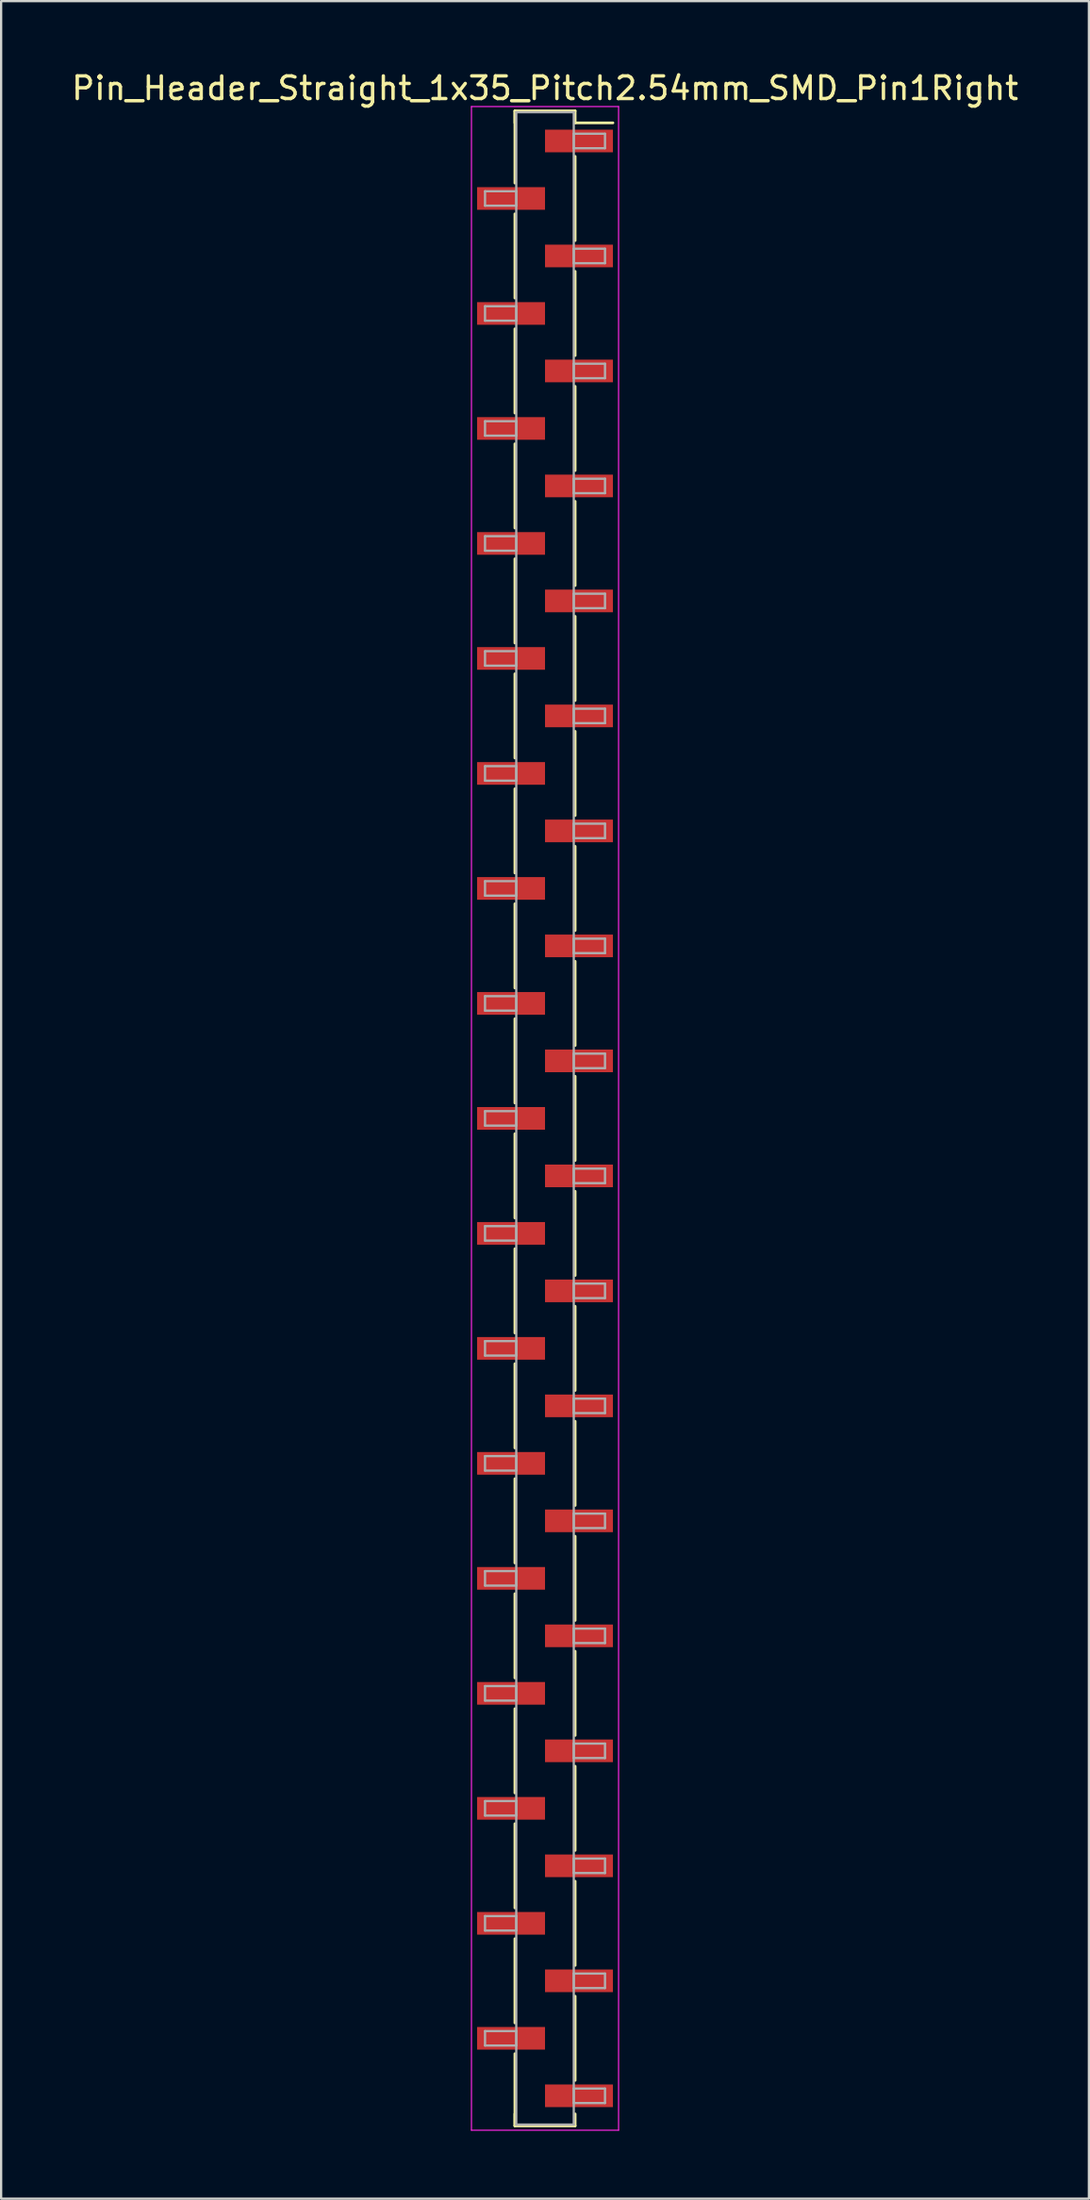
<source format=kicad_pcb>
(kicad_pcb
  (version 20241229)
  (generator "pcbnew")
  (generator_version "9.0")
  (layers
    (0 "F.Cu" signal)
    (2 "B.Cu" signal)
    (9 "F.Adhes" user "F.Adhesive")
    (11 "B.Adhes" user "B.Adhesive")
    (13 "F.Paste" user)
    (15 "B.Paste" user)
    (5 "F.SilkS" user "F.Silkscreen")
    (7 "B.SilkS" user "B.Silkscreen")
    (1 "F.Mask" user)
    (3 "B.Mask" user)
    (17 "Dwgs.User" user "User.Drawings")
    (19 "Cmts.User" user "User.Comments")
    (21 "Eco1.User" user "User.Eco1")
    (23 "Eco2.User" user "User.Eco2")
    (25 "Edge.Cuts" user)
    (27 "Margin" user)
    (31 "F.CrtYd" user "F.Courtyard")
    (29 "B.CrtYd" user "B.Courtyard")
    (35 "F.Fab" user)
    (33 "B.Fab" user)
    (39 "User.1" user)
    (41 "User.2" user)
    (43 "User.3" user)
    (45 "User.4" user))
  (footprint "Pin_Header_Straight_1x35_Pitch2.54mm_SMD_Pin1Right"
    (layer "F.Cu")
    (at 21.03 46.358)
    (property "Reference" "Pin_Header_Straight_1x35_Pitch2.54mm_SMD_Pin1Right" (at 0 -45.51 0) (layer "F.SilkS") (effects (font (size 1 1) (thickness 0.15))))
    (attr smd)
    (fp_line (start -1.33 -44.51) (end -1.33 -41.32) (stroke (width 0.12) (type solid)) (layer "F.SilkS"))
    (fp_line (start -1.33 -44.51) (end 1.33 -44.51) (stroke (width 0.12) (type solid)) (layer "F.SilkS"))
    (fp_line (start -1.33 -43.98) (end -1.33 -44.51) (stroke (width 0.12) (type solid)) (layer "F.SilkS"))
    (fp_line (start -1.33 -39.96) (end -1.33 -36.24) (stroke (width 0.12) (type solid)) (layer "F.SilkS"))
    (fp_line (start -1.33 -34.88) (end -1.33 -31.16) (stroke (width 0.12) (type solid)) (layer "F.SilkS"))
    (fp_line (start -1.33 -29.8) (end -1.33 -26.08) (stroke (width 0.12) (type solid)) (layer "F.SilkS"))
    (fp_line (start -1.33 -24.72) (end -1.33 -21) (stroke (width 0.12) (type solid)) (layer "F.SilkS"))
    (fp_line (start -1.33 -19.64) (end -1.33 -15.92) (stroke (width 0.12) (type solid)) (layer "F.SilkS"))
    (fp_line (start -1.33 -14.56) (end -1.33 -10.84) (stroke (width 0.12) (type solid)) (layer "F.SilkS"))
    (fp_line (start -1.33 -9.48) (end -1.33 -5.76) (stroke (width 0.12) (type solid)) (layer "F.SilkS"))
    (fp_line (start -1.33 -4.4) (end -1.33 -0.68) (stroke (width 0.12) (type solid)) (layer "F.SilkS"))
    (fp_line (start -1.33 0.68) (end -1.33 4.4) (stroke (width 0.12) (type solid)) (layer "F.SilkS"))
    (fp_line (start -1.33 5.76) (end -1.33 9.48) (stroke (width 0.12) (type solid)) (layer "F.SilkS"))
    (fp_line (start -1.33 10.84) (end -1.33 14.56) (stroke (width 0.12) (type solid)) (layer "F.SilkS"))
    (fp_line (start -1.33 15.92) (end -1.33 19.64) (stroke (width 0.12) (type solid)) (layer "F.SilkS"))
    (fp_line (start -1.33 21) (end -1.33 24.72) (stroke (width 0.12) (type solid)) (layer "F.SilkS"))
    (fp_line (start -1.33 26.08) (end -1.33 29.8) (stroke (width 0.12) (type solid)) (layer "F.SilkS"))
    (fp_line (start -1.33 31.16) (end -1.33 34.88) (stroke (width 0.12) (type solid)) (layer "F.SilkS"))
    (fp_line (start -1.33 36.24) (end -1.33 39.96) (stroke (width 0.12) (type solid)) (layer "F.SilkS"))
    (fp_line (start -1.33 41.32) (end -1.33 44.51) (stroke (width 0.12) (type solid)) (layer "F.SilkS"))
    (fp_line (start -1.33 43.98) (end -1.33 44.51) (stroke (width 0.12) (type solid)) (layer "F.SilkS"))
    (fp_line (start -1.33 44.51) (end 1.33 44.51) (stroke (width 0.12) (type solid)) (layer "F.SilkS"))
    (fp_line (start 1.33 -44.51) (end 1.33 -43.98) (stroke (width 0.12) (type solid)) (layer "F.SilkS"))
    (fp_line (start 1.33 -43.98) (end 3 -43.98) (stroke (width 0.12) (type solid)) (layer "F.SilkS"))
    (fp_line (start 1.33 -42.5) (end 1.33 -38.78) (stroke (width 0.12) (type solid)) (layer "F.SilkS"))
    (fp_line (start 1.33 -37.42) (end 1.33 -33.7) (stroke (width 0.12) (type solid)) (layer "F.SilkS"))
    (fp_line (start 1.33 -32.34) (end 1.33 -28.62) (stroke (width 0.12) (type solid)) (layer "F.SilkS"))
    (fp_line (start 1.33 -27.26) (end 1.33 -23.54) (stroke (width 0.12) (type solid)) (layer "F.SilkS"))
    (fp_line (start 1.33 -22.18) (end 1.33 -18.46) (stroke (width 0.12) (type solid)) (layer "F.SilkS"))
    (fp_line (start 1.33 -17.1) (end 1.33 -13.38) (stroke (width 0.12) (type solid)) (layer "F.SilkS"))
    (fp_line (start 1.33 -12.02) (end 1.33 -8.3) (stroke (width 0.12) (type solid)) (layer "F.SilkS"))
    (fp_line (start 1.33 -6.94) (end 1.33 -3.22) (stroke (width 0.12) (type solid)) (layer "F.SilkS"))
    (fp_line (start 1.33 -1.86) (end 1.33 1.86) (stroke (width 0.12) (type solid)) (layer "F.SilkS"))
    (fp_line (start 1.33 3.22) (end 1.33 6.94) (stroke (width 0.12) (type solid)) (layer "F.SilkS"))
    (fp_line (start 1.33 8.3) (end 1.33 12.02) (stroke (width 0.12) (type solid)) (layer "F.SilkS"))
    (fp_line (start 1.33 13.38) (end 1.33 17.1) (stroke (width 0.12) (type solid)) (layer "F.SilkS"))
    (fp_line (start 1.33 18.46) (end 1.33 22.18) (stroke (width 0.12) (type solid)) (layer "F.SilkS"))
    (fp_line (start 1.33 23.54) (end 1.33 27.26) (stroke (width 0.12) (type solid)) (layer "F.SilkS"))
    (fp_line (start 1.33 28.62) (end 1.33 32.34) (stroke (width 0.12) (type solid)) (layer "F.SilkS"))
    (fp_line (start 1.33 33.7) (end 1.33 37.42) (stroke (width 0.12) (type solid)) (layer "F.SilkS"))
    (fp_line (start 1.33 38.78) (end 1.33 42.5) (stroke (width 0.12) (type solid)) (layer "F.SilkS"))
    (fp_line (start 1.33 44.51) (end 1.33 43.98) (stroke (width 0.12) (type solid)) (layer "F.SilkS"))
    (fp_line (start -3.25 -44.7) (end -3.25 44.7) (stroke (width 0.05) (type solid)) (layer "F.CrtYd"))
    (fp_line (start -3.25 44.7) (end 3.25 44.7) (stroke (width 0.05) (type solid)) (layer "F.CrtYd"))
    (fp_line (start 3.25 -44.7) (end -3.25 -44.7) (stroke (width 0.05) (type solid)) (layer "F.CrtYd"))
    (fp_line (start 3.25 44.7) (end 3.25 -44.7) (stroke (width 0.05) (type solid)) (layer "F.CrtYd"))
    (fp_line (start -2.65 -40.96) (end -1.27 -40.96) (stroke (width 0.1) (type solid)) (layer "F.Fab"))
    (fp_line (start -2.65 -40.32) (end -2.65 -40.96) (stroke (width 0.1) (type solid)) (layer "F.Fab"))
    (fp_line (start -2.65 -35.88) (end -1.27 -35.88) (stroke (width 0.1) (type solid)) (layer "F.Fab"))
    (fp_line (start -2.65 -35.24) (end -2.65 -35.88) (stroke (width 0.1) (type solid)) (layer "F.Fab"))
    (fp_line (start -2.65 -30.8) (end -1.27 -30.8) (stroke (width 0.1) (type solid)) (layer "F.Fab"))
    (fp_line (start -2.65 -30.16) (end -2.65 -30.8) (stroke (width 0.1) (type solid)) (layer "F.Fab"))
    (fp_line (start -2.65 -25.72) (end -1.27 -25.72) (stroke (width 0.1) (type solid)) (layer "F.Fab"))
    (fp_line (start -2.65 -25.08) (end -2.65 -25.72) (stroke (width 0.1) (type solid)) (layer "F.Fab"))
    (fp_line (start -2.65 -20.64) (end -1.27 -20.64) (stroke (width 0.1) (type solid)) (layer "F.Fab"))
    (fp_line (start -2.65 -20) (end -2.65 -20.64) (stroke (width 0.1) (type solid)) (layer "F.Fab"))
    (fp_line (start -2.65 -15.56) (end -1.27 -15.56) (stroke (width 0.1) (type solid)) (layer "F.Fab"))
    (fp_line (start -2.65 -14.92) (end -2.65 -15.56) (stroke (width 0.1) (type solid)) (layer "F.Fab"))
    (fp_line (start -2.65 -10.48) (end -1.27 -10.48) (stroke (width 0.1) (type solid)) (layer "F.Fab"))
    (fp_line (start -2.65 -9.84) (end -2.65 -10.48) (stroke (width 0.1) (type solid)) (layer "F.Fab"))
    (fp_line (start -2.65 -5.4) (end -1.27 -5.4) (stroke (width 0.1) (type solid)) (layer "F.Fab"))
    (fp_line (start -2.65 -4.76) (end -2.65 -5.4) (stroke (width 0.1) (type solid)) (layer "F.Fab"))
    (fp_line (start -2.65 -0.32) (end -1.27 -0.32) (stroke (width 0.1) (type solid)) (layer "F.Fab"))
    (fp_line (start -2.65 0.32) (end -2.65 -0.32) (stroke (width 0.1) (type solid)) (layer "F.Fab"))
    (fp_line (start -2.65 4.76) (end -1.27 4.76) (stroke (width 0.1) (type solid)) (layer "F.Fab"))
    (fp_line (start -2.65 5.4) (end -2.65 4.76) (stroke (width 0.1) (type solid)) (layer "F.Fab"))
    (fp_line (start -2.65 9.84) (end -1.27 9.84) (stroke (width 0.1) (type solid)) (layer "F.Fab"))
    (fp_line (start -2.65 10.48) (end -2.65 9.84) (stroke (width 0.1) (type solid)) (layer "F.Fab"))
    (fp_line (start -2.65 14.92) (end -1.27 14.92) (stroke (width 0.1) (type solid)) (layer "F.Fab"))
    (fp_line (start -2.65 15.56) (end -2.65 14.92) (stroke (width 0.1) (type solid)) (layer "F.Fab"))
    (fp_line (start -2.65 20) (end -1.27 20) (stroke (width 0.1) (type solid)) (layer "F.Fab"))
    (fp_line (start -2.65 20.64) (end -2.65 20) (stroke (width 0.1) (type solid)) (layer "F.Fab"))
    (fp_line (start -2.65 25.08) (end -1.27 25.08) (stroke (width 0.1) (type solid)) (layer "F.Fab"))
    (fp_line (start -2.65 25.72) (end -2.65 25.08) (stroke (width 0.1) (type solid)) (layer "F.Fab"))
    (fp_line (start -2.65 30.16) (end -1.27 30.16) (stroke (width 0.1) (type solid)) (layer "F.Fab"))
    (fp_line (start -2.65 30.8) (end -2.65 30.16) (stroke (width 0.1) (type solid)) (layer "F.Fab"))
    (fp_line (start -2.65 35.24) (end -1.27 35.24) (stroke (width 0.1) (type solid)) (layer "F.Fab"))
    (fp_line (start -2.65 35.88) (end -2.65 35.24) (stroke (width 0.1) (type solid)) (layer "F.Fab"))
    (fp_line (start -2.65 40.32) (end -1.27 40.32) (stroke (width 0.1) (type solid)) (layer "F.Fab"))
    (fp_line (start -2.65 40.96) (end -2.65 40.32) (stroke (width 0.1) (type solid)) (layer "F.Fab"))
    (fp_line (start -1.27 -44.45) (end -1.27 44.45) (stroke (width 0.1) (type solid)) (layer "F.Fab"))
    (fp_line (start -1.27 -40.96) (end -1.27 -40.32) (stroke (width 0.1) (type solid)) (layer "F.Fab"))
    (fp_line (start -1.27 -40.32) (end -2.65 -40.32) (stroke (width 0.1) (type solid)) (layer "F.Fab"))
    (fp_line (start -1.27 -35.88) (end -1.27 -35.24) (stroke (width 0.1) (type solid)) (layer "F.Fab"))
    (fp_line (start -1.27 -35.24) (end -2.65 -35.24) (stroke (width 0.1) (type solid)) (layer "F.Fab"))
    (fp_line (start -1.27 -30.8) (end -1.27 -30.16) (stroke (width 0.1) (type solid)) (layer "F.Fab"))
    (fp_line (start -1.27 -30.16) (end -2.65 -30.16) (stroke (width 0.1) (type solid)) (layer "F.Fab"))
    (fp_line (start -1.27 -25.72) (end -1.27 -25.08) (stroke (width 0.1) (type solid)) (layer "F.Fab"))
    (fp_line (start -1.27 -25.08) (end -2.65 -25.08) (stroke (width 0.1) (type solid)) (layer "F.Fab"))
    (fp_line (start -1.27 -20.64) (end -1.27 -20) (stroke (width 0.1) (type solid)) (layer "F.Fab"))
    (fp_line (start -1.27 -20) (end -2.65 -20) (stroke (width 0.1) (type solid)) (layer "F.Fab"))
    (fp_line (start -1.27 -15.56) (end -1.27 -14.92) (stroke (width 0.1) (type solid)) (layer "F.Fab"))
    (fp_line (start -1.27 -14.92) (end -2.65 -14.92) (stroke (width 0.1) (type solid)) (layer "F.Fab"))
    (fp_line (start -1.27 -10.48) (end -1.27 -9.84) (stroke (width 0.1) (type solid)) (layer "F.Fab"))
    (fp_line (start -1.27 -9.84) (end -2.65 -9.84) (stroke (width 0.1) (type solid)) (layer "F.Fab"))
    (fp_line (start -1.27 -5.4) (end -1.27 -4.76) (stroke (width 0.1) (type solid)) (layer "F.Fab"))
    (fp_line (start -1.27 -4.76) (end -2.65 -4.76) (stroke (width 0.1) (type solid)) (layer "F.Fab"))
    (fp_line (start -1.27 -0.32) (end -1.27 0.32) (stroke (width 0.1) (type solid)) (layer "F.Fab"))
    (fp_line (start -1.27 0.32) (end -2.65 0.32) (stroke (width 0.1) (type solid)) (layer "F.Fab"))
    (fp_line (start -1.27 4.76) (end -1.27 5.4) (stroke (width 0.1) (type solid)) (layer "F.Fab"))
    (fp_line (start -1.27 5.4) (end -2.65 5.4) (stroke (width 0.1) (type solid)) (layer "F.Fab"))
    (fp_line (start -1.27 9.84) (end -1.27 10.48) (stroke (width 0.1) (type solid)) (layer "F.Fab"))
    (fp_line (start -1.27 10.48) (end -2.65 10.48) (stroke (width 0.1) (type solid)) (layer "F.Fab"))
    (fp_line (start -1.27 14.92) (end -1.27 15.56) (stroke (width 0.1) (type solid)) (layer "F.Fab"))
    (fp_line (start -1.27 15.56) (end -2.65 15.56) (stroke (width 0.1) (type solid)) (layer "F.Fab"))
    (fp_line (start -1.27 20) (end -1.27 20.64) (stroke (width 0.1) (type solid)) (layer "F.Fab"))
    (fp_line (start -1.27 20.64) (end -2.65 20.64) (stroke (width 0.1) (type solid)) (layer "F.Fab"))
    (fp_line (start -1.27 25.08) (end -1.27 25.72) (stroke (width 0.1) (type solid)) (layer "F.Fab"))
    (fp_line (start -1.27 25.72) (end -2.65 25.72) (stroke (width 0.1) (type solid)) (layer "F.Fab"))
    (fp_line (start -1.27 30.16) (end -1.27 30.8) (stroke (width 0.1) (type solid)) (layer "F.Fab"))
    (fp_line (start -1.27 30.8) (end -2.65 30.8) (stroke (width 0.1) (type solid)) (layer "F.Fab"))
    (fp_line (start -1.27 35.24) (end -1.27 35.88) (stroke (width 0.1) (type solid)) (layer "F.Fab"))
    (fp_line (start -1.27 35.88) (end -2.65 35.88) (stroke (width 0.1) (type solid)) (layer "F.Fab"))
    (fp_line (start -1.27 40.32) (end -1.27 40.96) (stroke (width 0.1) (type solid)) (layer "F.Fab"))
    (fp_line (start -1.27 40.96) (end -2.65 40.96) (stroke (width 0.1) (type solid)) (layer "F.Fab"))
    (fp_line (start -1.27 44.45) (end 1.27 44.45) (stroke (width 0.1) (type solid)) (layer "F.Fab"))
    (fp_line (start 1.27 -44.45) (end -1.27 -44.45) (stroke (width 0.1) (type solid)) (layer "F.Fab"))
    (fp_line (start 1.27 -43.5) (end 1.27 -42.86) (stroke (width 0.1) (type solid)) (layer "F.Fab"))
    (fp_line (start 1.27 -42.86) (end 2.65 -42.86) (stroke (width 0.1) (type solid)) (layer "F.Fab"))
    (fp_line (start 1.27 -38.42) (end 1.27 -37.78) (stroke (width 0.1) (type solid)) (layer "F.Fab"))
    (fp_line (start 1.27 -37.78) (end 2.65 -37.78) (stroke (width 0.1) (type solid)) (layer "F.Fab"))
    (fp_line (start 1.27 -33.34) (end 1.27 -32.7) (stroke (width 0.1) (type solid)) (layer "F.Fab"))
    (fp_line (start 1.27 -32.7) (end 2.65 -32.7) (stroke (width 0.1) (type solid)) (layer "F.Fab"))
    (fp_line (start 1.27 -28.26) (end 1.27 -27.62) (stroke (width 0.1) (type solid)) (layer "F.Fab"))
    (fp_line (start 1.27 -27.62) (end 2.65 -27.62) (stroke (width 0.1) (type solid)) (layer "F.Fab"))
    (fp_line (start 1.27 -23.18) (end 1.27 -22.54) (stroke (width 0.1) (type solid)) (layer "F.Fab"))
    (fp_line (start 1.27 -22.54) (end 2.65 -22.54) (stroke (width 0.1) (type solid)) (layer "F.Fab"))
    (fp_line (start 1.27 -18.1) (end 1.27 -17.46) (stroke (width 0.1) (type solid)) (layer "F.Fab"))
    (fp_line (start 1.27 -17.46) (end 2.65 -17.46) (stroke (width 0.1) (type solid)) (layer "F.Fab"))
    (fp_line (start 1.27 -13.02) (end 1.27 -12.38) (stroke (width 0.1) (type solid)) (layer "F.Fab"))
    (fp_line (start 1.27 -12.38) (end 2.65 -12.38) (stroke (width 0.1) (type solid)) (layer "F.Fab"))
    (fp_line (start 1.27 -7.94) (end 1.27 -7.3) (stroke (width 0.1) (type solid)) (layer "F.Fab"))
    (fp_line (start 1.27 -7.3) (end 2.65 -7.3) (stroke (width 0.1) (type solid)) (layer "F.Fab"))
    (fp_line (start 1.27 -2.86) (end 1.27 -2.22) (stroke (width 0.1) (type solid)) (layer "F.Fab"))
    (fp_line (start 1.27 -2.22) (end 2.65 -2.22) (stroke (width 0.1) (type solid)) (layer "F.Fab"))
    (fp_line (start 1.27 2.22) (end 1.27 2.86) (stroke (width 0.1) (type solid)) (layer "F.Fab"))
    (fp_line (start 1.27 2.86) (end 2.65 2.86) (stroke (width 0.1) (type solid)) (layer "F.Fab"))
    (fp_line (start 1.27 7.3) (end 1.27 7.94) (stroke (width 0.1) (type solid)) (layer "F.Fab"))
    (fp_line (start 1.27 7.94) (end 2.65 7.94) (stroke (width 0.1) (type solid)) (layer "F.Fab"))
    (fp_line (start 1.27 12.38) (end 1.27 13.02) (stroke (width 0.1) (type solid)) (layer "F.Fab"))
    (fp_line (start 1.27 13.02) (end 2.65 13.02) (stroke (width 0.1) (type solid)) (layer "F.Fab"))
    (fp_line (start 1.27 17.46) (end 1.27 18.1) (stroke (width 0.1) (type solid)) (layer "F.Fab"))
    (fp_line (start 1.27 18.1) (end 2.65 18.1) (stroke (width 0.1) (type solid)) (layer "F.Fab"))
    (fp_line (start 1.27 22.54) (end 1.27 23.18) (stroke (width 0.1) (type solid)) (layer "F.Fab"))
    (fp_line (start 1.27 23.18) (end 2.65 23.18) (stroke (width 0.1) (type solid)) (layer "F.Fab"))
    (fp_line (start 1.27 27.62) (end 1.27 28.26) (stroke (width 0.1) (type solid)) (layer "F.Fab"))
    (fp_line (start 1.27 28.26) (end 2.65 28.26) (stroke (width 0.1) (type solid)) (layer "F.Fab"))
    (fp_line (start 1.27 32.7) (end 1.27 33.34) (stroke (width 0.1) (type solid)) (layer "F.Fab"))
    (fp_line (start 1.27 33.34) (end 2.65 33.34) (stroke (width 0.1) (type solid)) (layer "F.Fab"))
    (fp_line (start 1.27 37.78) (end 1.27 38.42) (stroke (width 0.1) (type solid)) (layer "F.Fab"))
    (fp_line (start 1.27 38.42) (end 2.65 38.42) (stroke (width 0.1) (type solid)) (layer "F.Fab"))
    (fp_line (start 1.27 42.86) (end 1.27 43.5) (stroke (width 0.1) (type solid)) (layer "F.Fab"))
    (fp_line (start 1.27 43.5) (end 2.65 43.5) (stroke (width 0.1) (type solid)) (layer "F.Fab"))
    (fp_line (start 1.27 44.45) (end 1.27 -44.45) (stroke (width 0.1) (type solid)) (layer "F.Fab"))
    (fp_line (start 2.65 -43.5) (end 1.27 -43.5) (stroke (width 0.1) (type solid)) (layer "F.Fab"))
    (fp_line (start 2.65 -42.86) (end 2.65 -43.5) (stroke (width 0.1) (type solid)) (layer "F.Fab"))
    (fp_line (start 2.65 -38.42) (end 1.27 -38.42) (stroke (width 0.1) (type solid)) (layer "F.Fab"))
    (fp_line (start 2.65 -37.78) (end 2.65 -38.42) (stroke (width 0.1) (type solid)) (layer "F.Fab"))
    (fp_line (start 2.65 -33.34) (end 1.27 -33.34) (stroke (width 0.1) (type solid)) (layer "F.Fab"))
    (fp_line (start 2.65 -32.7) (end 2.65 -33.34) (stroke (width 0.1) (type solid)) (layer "F.Fab"))
    (fp_line (start 2.65 -28.26) (end 1.27 -28.26) (stroke (width 0.1) (type solid)) (layer "F.Fab"))
    (fp_line (start 2.65 -27.62) (end 2.65 -28.26) (stroke (width 0.1) (type solid)) (layer "F.Fab"))
    (fp_line (start 2.65 -23.18) (end 1.27 -23.18) (stroke (width 0.1) (type solid)) (layer "F.Fab"))
    (fp_line (start 2.65 -22.54) (end 2.65 -23.18) (stroke (width 0.1) (type solid)) (layer "F.Fab"))
    (fp_line (start 2.65 -18.1) (end 1.27 -18.1) (stroke (width 0.1) (type solid)) (layer "F.Fab"))
    (fp_line (start 2.65 -17.46) (end 2.65 -18.1) (stroke (width 0.1) (type solid)) (layer "F.Fab"))
    (fp_line (start 2.65 -13.02) (end 1.27 -13.02) (stroke (width 0.1) (type solid)) (layer "F.Fab"))
    (fp_line (start 2.65 -12.38) (end 2.65 -13.02) (stroke (width 0.1) (type solid)) (layer "F.Fab"))
    (fp_line (start 2.65 -7.94) (end 1.27 -7.94) (stroke (width 0.1) (type solid)) (layer "F.Fab"))
    (fp_line (start 2.65 -7.3) (end 2.65 -7.94) (stroke (width 0.1) (type solid)) (layer "F.Fab"))
    (fp_line (start 2.65 -2.86) (end 1.27 -2.86) (stroke (width 0.1) (type solid)) (layer "F.Fab"))
    (fp_line (start 2.65 -2.22) (end 2.65 -2.86) (stroke (width 0.1) (type solid)) (layer "F.Fab"))
    (fp_line (start 2.65 2.22) (end 1.27 2.22) (stroke (width 0.1) (type solid)) (layer "F.Fab"))
    (fp_line (start 2.65 2.86) (end 2.65 2.22) (stroke (width 0.1) (type solid)) (layer "F.Fab"))
    (fp_line (start 2.65 7.3) (end 1.27 7.3) (stroke (width 0.1) (type solid)) (layer "F.Fab"))
    (fp_line (start 2.65 7.94) (end 2.65 7.3) (stroke (width 0.1) (type solid)) (layer "F.Fab"))
    (fp_line (start 2.65 12.38) (end 1.27 12.38) (stroke (width 0.1) (type solid)) (layer "F.Fab"))
    (fp_line (start 2.65 13.02) (end 2.65 12.38) (stroke (width 0.1) (type solid)) (layer "F.Fab"))
    (fp_line (start 2.65 17.46) (end 1.27 17.46) (stroke (width 0.1) (type solid)) (layer "F.Fab"))
    (fp_line (start 2.65 18.1) (end 2.65 17.46) (stroke (width 0.1) (type solid)) (layer "F.Fab"))
    (fp_line (start 2.65 22.54) (end 1.27 22.54) (stroke (width 0.1) (type solid)) (layer "F.Fab"))
    (fp_line (start 2.65 23.18) (end 2.65 22.54) (stroke (width 0.1) (type solid)) (layer "F.Fab"))
    (fp_line (start 2.65 27.62) (end 1.27 27.62) (stroke (width 0.1) (type solid)) (layer "F.Fab"))
    (fp_line (start 2.65 28.26) (end 2.65 27.62) (stroke (width 0.1) (type solid)) (layer "F.Fab"))
    (fp_line (start 2.65 32.7) (end 1.27 32.7) (stroke (width 0.1) (type solid)) (layer "F.Fab"))
    (fp_line (start 2.65 33.34) (end 2.65 32.7) (stroke (width 0.1) (type solid)) (layer "F.Fab"))
    (fp_line (start 2.65 37.78) (end 1.27 37.78) (stroke (width 0.1) (type solid)) (layer "F.Fab"))
    (fp_line (start 2.65 38.42) (end 2.65 37.78) (stroke (width 0.1) (type solid)) (layer "F.Fab"))
    (fp_line (start 2.65 42.86) (end 1.27 42.86) (stroke (width 0.1) (type solid)) (layer "F.Fab"))
    (fp_line (start 2.65 43.5) (end 2.65 42.86) (stroke (width 0.1) (type solid)) (layer "F.Fab"))
    (pad "1" smd rect (at 1.5 -43.18) (size 3 1) (layers "F.Cu" "F.Mask"))
    (pad "2" smd rect (at -1.5 -40.64) (size 3 1) (layers "F.Cu" "F.Mask"))
    (pad "3" smd rect (at 1.5 -38.1) (size 3 1) (layers "F.Cu" "F.Mask"))
    (pad "4" smd rect (at -1.5 -35.56) (size 3 1) (layers "F.Cu" "F.Mask"))
    (pad "5" smd rect (at 1.5 -33.02) (size 3 1) (layers "F.Cu" "F.Mask"))
    (pad "6" smd rect (at -1.5 -30.48) (size 3 1) (layers "F.Cu" "F.Mask"))
    (pad "7" smd rect (at 1.5 -27.94) (size 3 1) (layers "F.Cu" "F.Mask"))
    (pad "8" smd rect (at -1.5 -25.4) (size 3 1) (layers "F.Cu" "F.Mask"))
    (pad "9" smd rect (at 1.5 -22.86) (size 3 1) (layers "F.Cu" "F.Mask"))
    (pad "10" smd rect (at -1.5 -20.32) (size 3 1) (layers "F.Cu" "F.Mask"))
    (pad "11" smd rect (at 1.5 -17.78) (size 3 1) (layers "F.Cu" "F.Mask"))
    (pad "12" smd rect (at -1.5 -15.24) (size 3 1) (layers "F.Cu" "F.Mask"))
    (pad "13" smd rect (at 1.5 -12.7) (size 3 1) (layers "F.Cu" "F.Mask"))
    (pad "14" smd rect (at -1.5 -10.16) (size 3 1) (layers "F.Cu" "F.Mask"))
    (pad "15" smd rect (at 1.5 -7.62) (size 3 1) (layers "F.Cu" "F.Mask"))
    (pad "16" smd rect (at -1.5 -5.08) (size 3 1) (layers "F.Cu" "F.Mask"))
    (pad "17" smd rect (at 1.5 -2.54) (size 3 1) (layers "F.Cu" "F.Mask"))
    (pad "18" smd rect (at -1.5 0) (size 3 1) (layers "F.Cu" "F.Mask"))
    (pad "19" smd rect (at 1.5 2.54) (size 3 1) (layers "F.Cu" "F.Mask"))
    (pad "20" smd rect (at -1.5 5.08) (size 3 1) (layers "F.Cu" "F.Mask"))
    (pad "21" smd rect (at 1.5 7.62) (size 3 1) (layers "F.Cu" "F.Mask"))
    (pad "22" smd rect (at -1.5 10.16) (size 3 1) (layers "F.Cu" "F.Mask"))
    (pad "23" smd rect (at 1.5 12.7) (size 3 1) (layers "F.Cu" "F.Mask"))
    (pad "24" smd rect (at -1.5 15.24) (size 3 1) (layers "F.Cu" "F.Mask"))
    (pad "25" smd rect (at 1.5 17.78) (size 3 1) (layers "F.Cu" "F.Mask"))
    (pad "26" smd rect (at -1.5 20.32) (size 3 1) (layers "F.Cu" "F.Mask"))
    (pad "27" smd rect (at 1.5 22.86) (size 3 1) (layers "F.Cu" "F.Mask"))
    (pad "28" smd rect (at -1.5 25.4) (size 3 1) (layers "F.Cu" "F.Mask"))
    (pad "29" smd rect (at 1.5 27.94) (size 3 1) (layers "F.Cu" "F.Mask"))
    (pad "30" smd rect (at -1.5 30.48) (size 3 1) (layers "F.Cu" "F.Mask"))
    (pad "31" smd rect (at 1.5 33.02) (size 3 1) (layers "F.Cu" "F.Mask"))
    (pad "32" smd rect (at -1.5 35.56) (size 3 1) (layers "F.Cu" "F.Mask"))
    (pad "33" smd rect (at 1.5 38.1) (size 3 1) (layers "F.Cu" "F.Mask"))
    (pad "34" smd rect (at -1.5 40.64) (size 3 1) (layers "F.Cu" "F.Mask"))
    (pad "35" smd rect (at 1.5 43.18) (size 3 1) (layers "F.Cu" "F.Mask")))
  (gr_rect
    (start -3 -3)
    (end 45.06 94.083)
    (stroke (width 0.1) (type default))
    (fill no)
    (layer "Edge.Cuts")))
</source>
